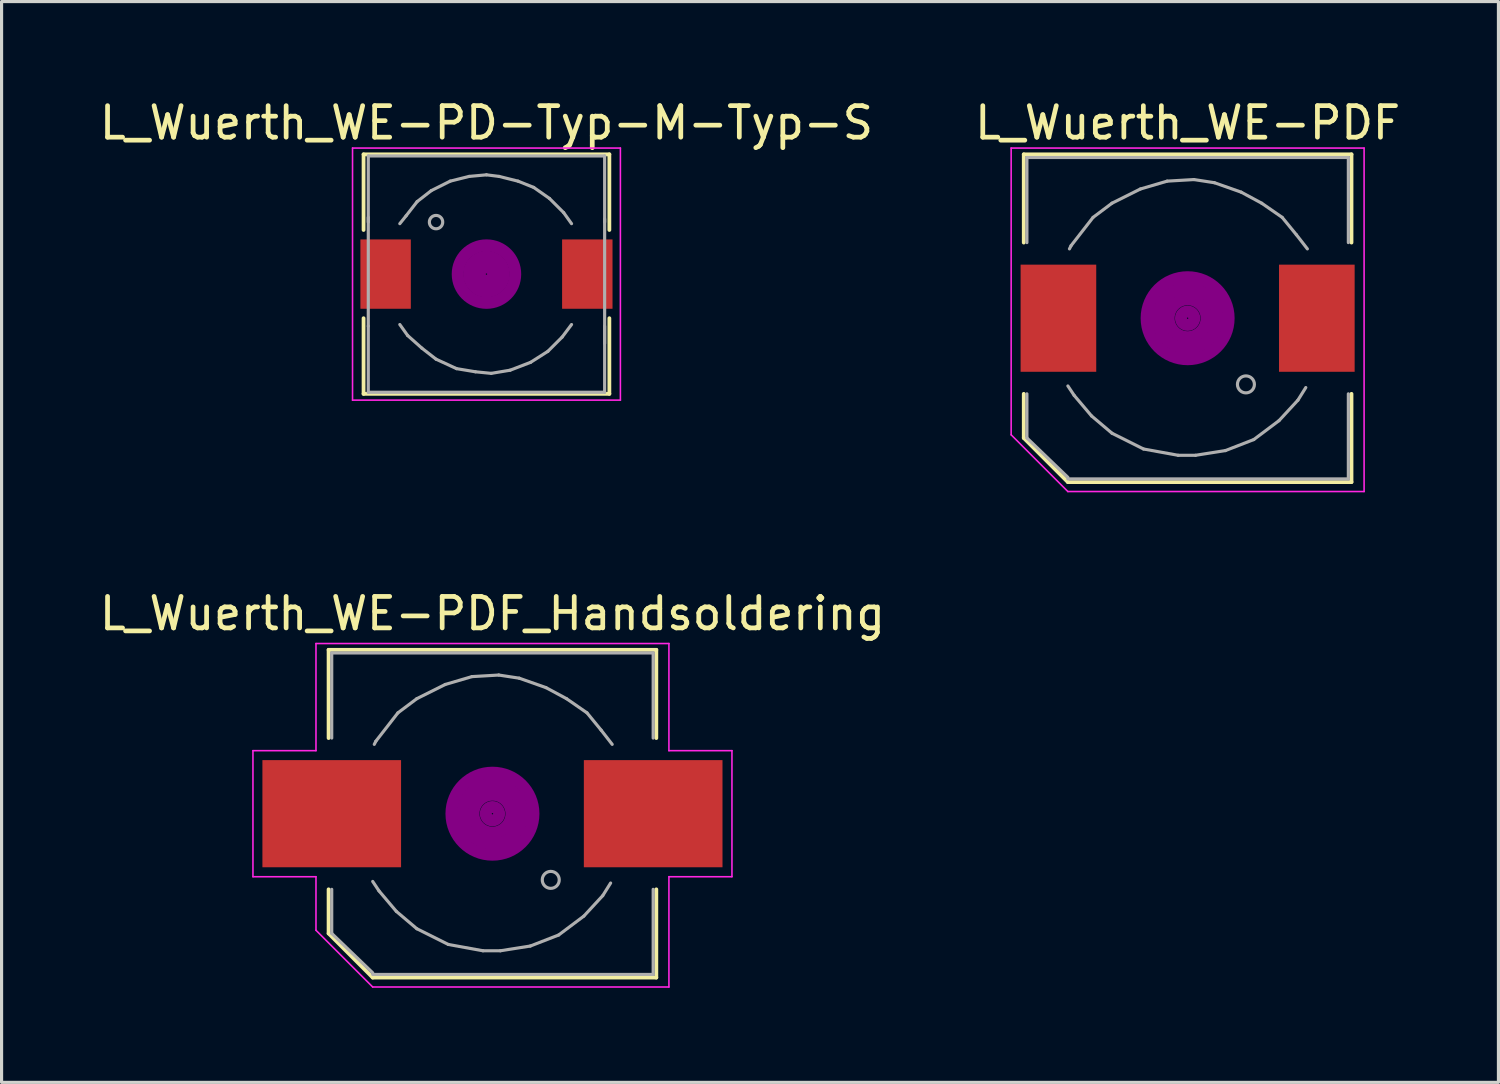
<source format=kicad_pcb>
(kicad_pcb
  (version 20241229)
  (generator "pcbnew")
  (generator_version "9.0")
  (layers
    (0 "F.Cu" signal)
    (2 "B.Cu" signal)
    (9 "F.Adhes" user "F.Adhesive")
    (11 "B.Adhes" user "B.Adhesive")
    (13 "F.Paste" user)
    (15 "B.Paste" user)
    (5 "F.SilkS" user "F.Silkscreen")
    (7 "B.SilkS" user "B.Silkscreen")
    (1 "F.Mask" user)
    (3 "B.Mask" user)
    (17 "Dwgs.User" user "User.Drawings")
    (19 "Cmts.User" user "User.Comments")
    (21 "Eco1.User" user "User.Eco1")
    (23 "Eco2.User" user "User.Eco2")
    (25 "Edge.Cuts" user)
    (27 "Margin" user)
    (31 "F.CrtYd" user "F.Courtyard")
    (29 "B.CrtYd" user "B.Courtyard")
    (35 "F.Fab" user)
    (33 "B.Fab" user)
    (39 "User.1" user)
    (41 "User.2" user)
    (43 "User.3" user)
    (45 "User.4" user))
  (footprint "L_Wuerth_WE-PDF"
    (layer "F.Cu")
    (at 34.637 7.048)
    (property "Reference" "L_Wuerth_WE-PDF" (at 0 -6.2 0) (layer "F.SilkS") (effects (font (size 1 1) (thickness 0.15))))
    (attr smd)
    (fp_line (start -5.2 -5.2) (end 5.2 -5.2) (stroke (width 0.12) (type solid)) (layer "F.SilkS"))
    (fp_line (start -5.2 -2.4) (end -5.2 -5.2) (stroke (width 0.12) (type solid)) (layer "F.SilkS"))
    (fp_line (start -5.2 3.8) (end -5.2 2.4) (stroke (width 0.12) (type solid)) (layer "F.SilkS"))
    (fp_line (start -3.8 5.2) (end -5.2 3.8) (stroke (width 0.12) (type solid)) (layer "F.SilkS"))
    (fp_line (start 5.2 -5.2) (end 5.2 -2.4) (stroke (width 0.12) (type solid)) (layer "F.SilkS"))
    (fp_line (start 5.2 2.4) (end 5.2 5.2) (stroke (width 0.12) (type solid)) (layer "F.SilkS"))
    (fp_line (start 5.2 5.2) (end -3.8 5.2) (stroke (width 0.12) (type solid)) (layer "F.SilkS"))
    (fp_circle (center 0 0) (end 0.15 0.15) (stroke (width 0.38) (type solid)) (fill no) (layer "F.Adhes"))
    (fp_circle (center 0 0) (end 0.6 0.05) (stroke (width 0.38) (type solid)) (fill no) (layer "F.Adhes"))
    (fp_circle (center 0 0) (end 0.95 0) (stroke (width 0.38) (type solid)) (fill no) (layer "F.Adhes"))
    (fp_circle (center 0 0) (end 1.3 0.05) (stroke (width 0.38) (type solid)) (fill no) (layer "F.Adhes"))
    (fp_line (start -5.6 -5.4) (end 5.6 -5.4) (stroke (width 0.05) (type solid)) (layer "F.CrtYd"))
    (fp_line (start -5.6 3.7) (end -5.6 -5.4) (stroke (width 0.05) (type solid)) (layer "F.CrtYd"))
    (fp_line (start -3.8 5.5) (end -5.6 3.7) (stroke (width 0.05) (type solid)) (layer "F.CrtYd"))
    (fp_line (start 5.6 -5.4) (end 5.6 5.5) (stroke (width 0.05) (type solid)) (layer "F.CrtYd"))
    (fp_line (start 5.6 5.5) (end -3.8 5.5) (stroke (width 0.05) (type solid)) (layer "F.CrtYd"))
    (fp_line (start -5.1 -5.1) (end -5.1 -2.4) (stroke (width 0.1) (type solid)) (layer "F.Fab"))
    (fp_line (start -5.1 2.4) (end -5.1 3.8) (stroke (width 0.1) (type solid)) (layer "F.Fab"))
    (fp_line (start -5.1 3.8) (end -3.8 5.05) (stroke (width 0.1) (type solid)) (layer "F.Fab"))
    (fp_line (start -3.8 2.15) (end -3.6 2.45) (stroke (width 0.1) (type solid)) (layer "F.Fab"))
    (fp_line (start -3.7 -2.3) (end -3.75 -2.2) (stroke (width 0.1) (type solid)) (layer "F.Fab"))
    (fp_line (start -3.6 2.45) (end -3.05 3.1) (stroke (width 0.1) (type solid)) (layer "F.Fab"))
    (fp_line (start -3.05 3.1) (end -2.4 3.65) (stroke (width 0.1) (type solid)) (layer "F.Fab"))
    (fp_line (start -3 -3.2) (end -3.7 -2.3) (stroke (width 0.1) (type solid)) (layer "F.Fab"))
    (fp_line (start -2.4 -3.65) (end -3 -3.2) (stroke (width 0.1) (type solid)) (layer "F.Fab"))
    (fp_line (start -2.4 3.65) (end -1.4 4.15) (stroke (width 0.1) (type solid)) (layer "F.Fab"))
    (fp_line (start -1.5 -4.1) (end -2.4 -3.65) (stroke (width 0.1) (type solid)) (layer "F.Fab"))
    (fp_line (start -1.4 4.15) (end -0.3 4.35) (stroke (width 0.1) (type solid)) (layer "F.Fab"))
    (fp_line (start -0.65 -4.35) (end -1.5 -4.1) (stroke (width 0.1) (type solid)) (layer "F.Fab"))
    (fp_line (start -0.3 4.35) (end 0.25 4.35) (stroke (width 0.1) (type solid)) (layer "F.Fab"))
    (fp_line (start 0.2 -4.4) (end -0.65 -4.35) (stroke (width 0.1) (type solid)) (layer "F.Fab"))
    (fp_line (start 0.25 4.35) (end 1.2 4.2) (stroke (width 0.1) (type solid)) (layer "F.Fab"))
    (fp_line (start 0.85 -4.3) (end 0.2 -4.4) (stroke (width 0.1) (type solid)) (layer "F.Fab"))
    (fp_line (start 1.2 4.2) (end 2.1 3.85) (stroke (width 0.1) (type solid)) (layer "F.Fab"))
    (fp_line (start 1.7 -4) (end 0.85 -4.3) (stroke (width 0.1) (type solid)) (layer "F.Fab"))
    (fp_line (start 2.1 3.85) (end 2.9 3.25) (stroke (width 0.1) (type solid)) (layer "F.Fab"))
    (fp_line (start 2.35 -3.65) (end 1.7 -4) (stroke (width 0.1) (type solid)) (layer "F.Fab"))
    (fp_line (start 2.9 3.25) (end 3.5 2.6) (stroke (width 0.1) (type solid)) (layer "F.Fab"))
    (fp_line (start 3 -3.2) (end 2.35 -3.65) (stroke (width 0.1) (type solid)) (layer "F.Fab"))
    (fp_line (start 3.45 -2.65) (end 3 -3.2) (stroke (width 0.1) (type solid)) (layer "F.Fab"))
    (fp_line (start 3.5 2.6) (end 3.75 2.2) (stroke (width 0.1) (type solid)) (layer "F.Fab"))
    (fp_line (start 3.8 -2.2) (end 3.45 -2.65) (stroke (width 0.1) (type solid)) (layer "F.Fab"))
    (fp_line (start 5.1 -5.1) (end -5.1 -5.1) (stroke (width 0.1) (type solid)) (layer "F.Fab"))
    (fp_line (start 5.1 -5.1) (end 5.1 -2.4) (stroke (width 0.1) (type solid)) (layer "F.Fab"))
    (fp_line (start 5.1 5.1) (end -3.8 5.1) (stroke (width 0.1) (type solid)) (layer "F.Fab"))
    (fp_line (start 5.1 5.1) (end 5.1 2.4) (stroke (width 0.1) (type solid)) (layer "F.Fab"))
    (fp_circle (center 1.85 2.1) (end 2.1 2.2) (stroke (width 0.1) (type solid)) (fill no) (layer "F.Fab"))
    (pad "1" smd rect (at -4.1 0) (size 2.4 3.4) (layers "F.Cu" "F.Mask" "F.Paste"))
    (pad "2" smd rect (at 4.1 0) (size 2.4 3.4) (layers "F.Cu" "F.Mask" "F.Paste")))
  (footprint "L_Wuerth_WE-PD-Typ-M-Typ-S"
    (layer "F.Cu")
    (at 12.387 5.648)
    (property "Reference" "L_Wuerth_WE-PD-Typ-M-Typ-S" (at 0 -4.8 0) (layer "F.SilkS") (effects (font (size 1 1) (thickness 0.15))))
    (attr smd)
    (fp_line (start -3.9 -1.4) (end -3.9 -3.8) (stroke (width 0.12) (type solid)) (layer "F.SilkS"))
    (fp_line (start -3.9 1.4) (end -3.9 3.8) (stroke (width 0.12) (type solid)) (layer "F.SilkS"))
    (fp_line (start -3.9 3.8) (end 3.9 3.8) (stroke (width 0.12) (type solid)) (layer "F.SilkS"))
    (fp_line (start 3.9 -3.8) (end -3.9 -3.8) (stroke (width 0.12) (type solid)) (layer "F.SilkS"))
    (fp_line (start 3.9 -1.4) (end 3.9 -3.8) (stroke (width 0.12) (type solid)) (layer "F.SilkS"))
    (fp_line (start 3.9 3.8) (end 3.9 1.4) (stroke (width 0.12) (type solid)) (layer "F.SilkS"))
    (fp_circle (center 0 0) (end 0.15 0.15) (stroke (width 0.38) (type solid)) (fill no) (layer "F.Adhes"))
    (fp_circle (center 0 0) (end 0.55 0.05) (stroke (width 0.38) (type solid)) (fill no) (layer "F.Adhes"))
    (fp_circle (center 0 0) (end 0.9 0.15) (stroke (width 0.38) (type solid)) (fill no) (layer "F.Adhes"))
    (fp_line (start -4.25 -4) (end 4.25 -4) (stroke (width 0.05) (type solid)) (layer "F.CrtYd"))
    (fp_line (start -4.25 4) (end -4.25 -4) (stroke (width 0.05) (type solid)) (layer "F.CrtYd"))
    (fp_line (start 4.25 -4) (end 4.25 4) (stroke (width 0.05) (type solid)) (layer "F.CrtYd"))
    (fp_line (start 4.25 4) (end -4.25 4) (stroke (width 0.05) (type solid)) (layer "F.CrtYd"))
    (fp_line (start -3.75 -3.75) (end -3.75 -1.65) (stroke (width 0.1) (type solid)) (layer "F.Fab"))
    (fp_line (start -3.75 1.65) (end -3.75 -1.8) (stroke (width 0.1) (type solid)) (layer "F.Fab"))
    (fp_line (start -3.75 1.65) (end -3.75 3.75) (stroke (width 0.1) (type solid)) (layer "F.Fab"))
    (fp_line (start -3.75 3.75) (end 3.75 3.75) (stroke (width 0.1) (type solid)) (layer "F.Fab"))
    (fp_line (start -2.75 1.6) (end -2.5 1.95) (stroke (width 0.1) (type solid)) (layer "F.Fab"))
    (fp_line (start -2.55 -1.85) (end -2.75 -1.6) (stroke (width 0.1) (type solid)) (layer "F.Fab"))
    (fp_line (start -2.5 1.95) (end -2.05 2.35) (stroke (width 0.1) (type solid)) (layer "F.Fab"))
    (fp_line (start -2.2 -2.3) (end -2.55 -1.85) (stroke (width 0.1) (type solid)) (layer "F.Fab"))
    (fp_line (start -2.05 2.35) (end -1.6 2.7) (stroke (width 0.1) (type solid)) (layer "F.Fab"))
    (fp_line (start -1.75 -2.65) (end -2.2 -2.3) (stroke (width 0.1) (type solid)) (layer "F.Fab"))
    (fp_line (start -1.6 2.7) (end -0.95 3) (stroke (width 0.1) (type solid)) (layer "F.Fab"))
    (fp_line (start -1.15 -2.95) (end -1.75 -2.65) (stroke (width 0.1) (type solid)) (layer "F.Fab"))
    (fp_line (start -0.95 3) (end -0.35 3.1) (stroke (width 0.1) (type solid)) (layer "F.Fab"))
    (fp_line (start -0.55 -3.1) (end -1.15 -2.95) (stroke (width 0.1) (type solid)) (layer "F.Fab"))
    (fp_line (start -0.35 3.1) (end 0.15 3.15) (stroke (width 0.1) (type solid)) (layer "F.Fab"))
    (fp_line (start 0 -3.15) (end -0.55 -3.1) (stroke (width 0.1) (type solid)) (layer "F.Fab"))
    (fp_line (start 0.15 3.15) (end 0.75 3.05) (stroke (width 0.1) (type solid)) (layer "F.Fab"))
    (fp_line (start 0.4 -3.1) (end 0 -3.15) (stroke (width 0.1) (type solid)) (layer "F.Fab"))
    (fp_line (start 0.75 3.05) (end 1.4 2.8) (stroke (width 0.1) (type solid)) (layer "F.Fab"))
    (fp_line (start 1 -2.95) (end 0.4 -3.1) (stroke (width 0.1) (type solid)) (layer "F.Fab"))
    (fp_line (start 1.4 2.8) (end 1.95 2.45) (stroke (width 0.1) (type solid)) (layer "F.Fab"))
    (fp_line (start 1.5 -2.75) (end 1 -2.95) (stroke (width 0.1) (type solid)) (layer "F.Fab"))
    (fp_line (start 1.95 2.45) (end 2.4 2) (stroke (width 0.1) (type solid)) (layer "F.Fab"))
    (fp_line (start 2 -2.4) (end 1.5 -2.75) (stroke (width 0.1) (type solid)) (layer "F.Fab"))
    (fp_line (start 2.4 2) (end 2.7 1.6) (stroke (width 0.1) (type solid)) (layer "F.Fab"))
    (fp_line (start 2.45 -1.95) (end 2 -2.4) (stroke (width 0.1) (type solid)) (layer "F.Fab"))
    (fp_line (start 2.7 -1.6) (end 2.45 -1.95) (stroke (width 0.1) (type solid)) (layer "F.Fab"))
    (fp_line (start 3.75 -3.75) (end -3.75 -3.75) (stroke (width 0.1) (type solid)) (layer "F.Fab"))
    (fp_line (start 3.75 -3.75) (end 3.75 -1.65) (stroke (width 0.1) (type solid)) (layer "F.Fab"))
    (fp_line (start 3.75 -1.75) (end 3.75 2.2) (stroke (width 0.1) (type solid)) (layer "F.Fab"))
    (fp_line (start 3.75 3.75) (end 3.75 1.65) (stroke (width 0.1) (type solid)) (layer "F.Fab"))
    (fp_circle (center -1.6 -1.65) (end -1.45 -1.5) (stroke (width 0.1) (type solid)) (fill no) (layer "F.Fab"))
    (pad "1" smd rect (at -3.2 0) (size 1.6 2.2) (layers "F.Cu" "F.Mask" "F.Paste"))
    (pad "2" smd rect (at 3.2 0) (size 1.6 2.2) (layers "F.Cu" "F.Mask" "F.Paste")))
  (footprint "L_Wuerth_WE-PDF_Handsoldering"
    (layer "F.Cu")
    (at 12.577 22.771)
    (property "Reference" "L_Wuerth_WE-PDF_Handsoldering" (at 0 -6.35 0) (layer "F.SilkS") (effects (font (size 1 1) (thickness 0.15))))
    (attr smd)
    (fp_line (start -5.2 -5.2) (end 5.2 -5.2) (stroke (width 0.12) (type solid)) (layer "F.SilkS"))
    (fp_line (start -5.2 -2.4) (end -5.2 -5.2) (stroke (width 0.12) (type solid)) (layer "F.SilkS"))
    (fp_line (start -5.2 3.8) (end -5.2 2.4) (stroke (width 0.12) (type solid)) (layer "F.SilkS"))
    (fp_line (start -3.8 5.2) (end -5.2 3.8) (stroke (width 0.12) (type solid)) (layer "F.SilkS"))
    (fp_line (start 5.2 -5.2) (end 5.2 -2.4) (stroke (width 0.12) (type solid)) (layer "F.SilkS"))
    (fp_line (start 5.2 2.4) (end 5.2 5.2) (stroke (width 0.12) (type solid)) (layer "F.SilkS"))
    (fp_line (start 5.2 5.2) (end -3.8 5.2) (stroke (width 0.12) (type solid)) (layer "F.SilkS"))
    (fp_circle (center 0 0) (end 0.15 0.15) (stroke (width 0.38) (type solid)) (fill no) (layer "F.Adhes"))
    (fp_circle (center 0 0) (end 0.6 0.05) (stroke (width 0.38) (type solid)) (fill no) (layer "F.Adhes"))
    (fp_circle (center 0 0) (end 0.95 0) (stroke (width 0.38) (type solid)) (fill no) (layer "F.Adhes"))
    (fp_circle (center 0 0) (end 1.3 0.05) (stroke (width 0.38) (type solid)) (fill no) (layer "F.Adhes"))
    (fp_line (start -7.6 -2) (end -5.6 -2) (stroke (width 0.05) (type solid)) (layer "F.CrtYd"))
    (fp_line (start -7.6 2) (end -7.6 -2) (stroke (width 0.05) (type solid)) (layer "F.CrtYd"))
    (fp_line (start -5.6 -5.4) (end 5.6 -5.4) (stroke (width 0.05) (type solid)) (layer "F.CrtYd"))
    (fp_line (start -5.6 -2) (end -5.6 -5.4) (stroke (width 0.05) (type solid)) (layer "F.CrtYd"))
    (fp_line (start -5.6 2) (end -7.6 2) (stroke (width 0.05) (type solid)) (layer "F.CrtYd"))
    (fp_line (start -5.6 3.7) (end -5.6 2) (stroke (width 0.05) (type solid)) (layer "F.CrtYd"))
    (fp_line (start -3.8 5.5) (end -5.6 3.7) (stroke (width 0.05) (type solid)) (layer "F.CrtYd"))
    (fp_line (start 5.6 -5.4) (end 5.6 -2) (stroke (width 0.05) (type solid)) (layer "F.CrtYd"))
    (fp_line (start 5.6 -2) (end 7.6 -2) (stroke (width 0.05) (type solid)) (layer "F.CrtYd"))
    (fp_line (start 5.6 2) (end 5.6 5.5) (stroke (width 0.05) (type solid)) (layer "F.CrtYd"))
    (fp_line (start 5.6 5.5) (end -3.8 5.5) (stroke (width 0.05) (type solid)) (layer "F.CrtYd"))
    (fp_line (start 7.6 -2) (end 7.6 2) (stroke (width 0.05) (type solid)) (layer "F.CrtYd"))
    (fp_line (start 7.6 2) (end 5.6 2) (stroke (width 0.05) (type solid)) (layer "F.CrtYd"))
    (fp_line (start -5.1 -5.1) (end -5.1 -2.4) (stroke (width 0.1) (type solid)) (layer "F.Fab"))
    (fp_line (start -5.1 2.4) (end -5.1 3.8) (stroke (width 0.1) (type solid)) (layer "F.Fab"))
    (fp_line (start -5.1 3.8) (end -3.8 5.05) (stroke (width 0.1) (type solid)) (layer "F.Fab"))
    (fp_line (start -3.8 2.15) (end -3.6 2.45) (stroke (width 0.1) (type solid)) (layer "F.Fab"))
    (fp_line (start -3.7 -2.3) (end -3.75 -2.2) (stroke (width 0.1) (type solid)) (layer "F.Fab"))
    (fp_line (start -3.6 2.45) (end -3.05 3.1) (stroke (width 0.1) (type solid)) (layer "F.Fab"))
    (fp_line (start -3.05 3.1) (end -2.4 3.65) (stroke (width 0.1) (type solid)) (layer "F.Fab"))
    (fp_line (start -3 -3.2) (end -3.7 -2.3) (stroke (width 0.1) (type solid)) (layer "F.Fab"))
    (fp_line (start -2.4 -3.65) (end -3 -3.2) (stroke (width 0.1) (type solid)) (layer "F.Fab"))
    (fp_line (start -2.4 3.65) (end -1.4 4.15) (stroke (width 0.1) (type solid)) (layer "F.Fab"))
    (fp_line (start -1.5 -4.1) (end -2.4 -3.65) (stroke (width 0.1) (type solid)) (layer "F.Fab"))
    (fp_line (start -1.4 4.15) (end -0.3 4.35) (stroke (width 0.1) (type solid)) (layer "F.Fab"))
    (fp_line (start -0.65 -4.35) (end -1.5 -4.1) (stroke (width 0.1) (type solid)) (layer "F.Fab"))
    (fp_line (start -0.3 4.35) (end 0.25 4.35) (stroke (width 0.1) (type solid)) (layer "F.Fab"))
    (fp_line (start 0.2 -4.4) (end -0.65 -4.35) (stroke (width 0.1) (type solid)) (layer "F.Fab"))
    (fp_line (start 0.25 4.35) (end 1.2 4.2) (stroke (width 0.1) (type solid)) (layer "F.Fab"))
    (fp_line (start 0.85 -4.3) (end 0.2 -4.4) (stroke (width 0.1) (type solid)) (layer "F.Fab"))
    (fp_line (start 1.2 4.2) (end 2.1 3.85) (stroke (width 0.1) (type solid)) (layer "F.Fab"))
    (fp_line (start 1.7 -4) (end 0.85 -4.3) (stroke (width 0.1) (type solid)) (layer "F.Fab"))
    (fp_line (start 2.1 3.85) (end 2.9 3.25) (stroke (width 0.1) (type solid)) (layer "F.Fab"))
    (fp_line (start 2.35 -3.65) (end 1.7 -4) (stroke (width 0.1) (type solid)) (layer "F.Fab"))
    (fp_line (start 2.9 3.25) (end 3.5 2.6) (stroke (width 0.1) (type solid)) (layer "F.Fab"))
    (fp_line (start 3 -3.2) (end 2.35 -3.65) (stroke (width 0.1) (type solid)) (layer "F.Fab"))
    (fp_line (start 3.45 -2.65) (end 3 -3.2) (stroke (width 0.1) (type solid)) (layer "F.Fab"))
    (fp_line (start 3.5 2.6) (end 3.75 2.2) (stroke (width 0.1) (type solid)) (layer "F.Fab"))
    (fp_line (start 3.8 -2.2) (end 3.45 -2.65) (stroke (width 0.1) (type solid)) (layer "F.Fab"))
    (fp_line (start 5.1 -5.1) (end -5.1 -5.1) (stroke (width 0.1) (type solid)) (layer "F.Fab"))
    (fp_line (start 5.1 -5.1) (end 5.1 -2.4) (stroke (width 0.1) (type solid)) (layer "F.Fab"))
    (fp_line (start 5.1 5.1) (end -3.8 5.1) (stroke (width 0.1) (type solid)) (layer "F.Fab"))
    (fp_line (start 5.1 5.1) (end 5.1 2.4) (stroke (width 0.1) (type solid)) (layer "F.Fab"))
    (fp_circle (center 1.85 2.1) (end 2.1 2.2) (stroke (width 0.1) (type solid)) (fill no) (layer "F.Fab"))
    (pad "1" smd rect (at -5.1 0) (size 4.4 3.4) (layers "F.Cu" "F.Mask" "F.Paste"))
    (pad "2" smd rect (at 5.1 0) (size 4.4 3.4) (layers "F.Cu" "F.Mask" "F.Paste")))
  (gr_rect
    (start -3 -3)
    (end 44.5 31.297)
    (stroke (width 0.1) (type default))
    (fill no)
    (layer "Edge.Cuts")))
</source>
